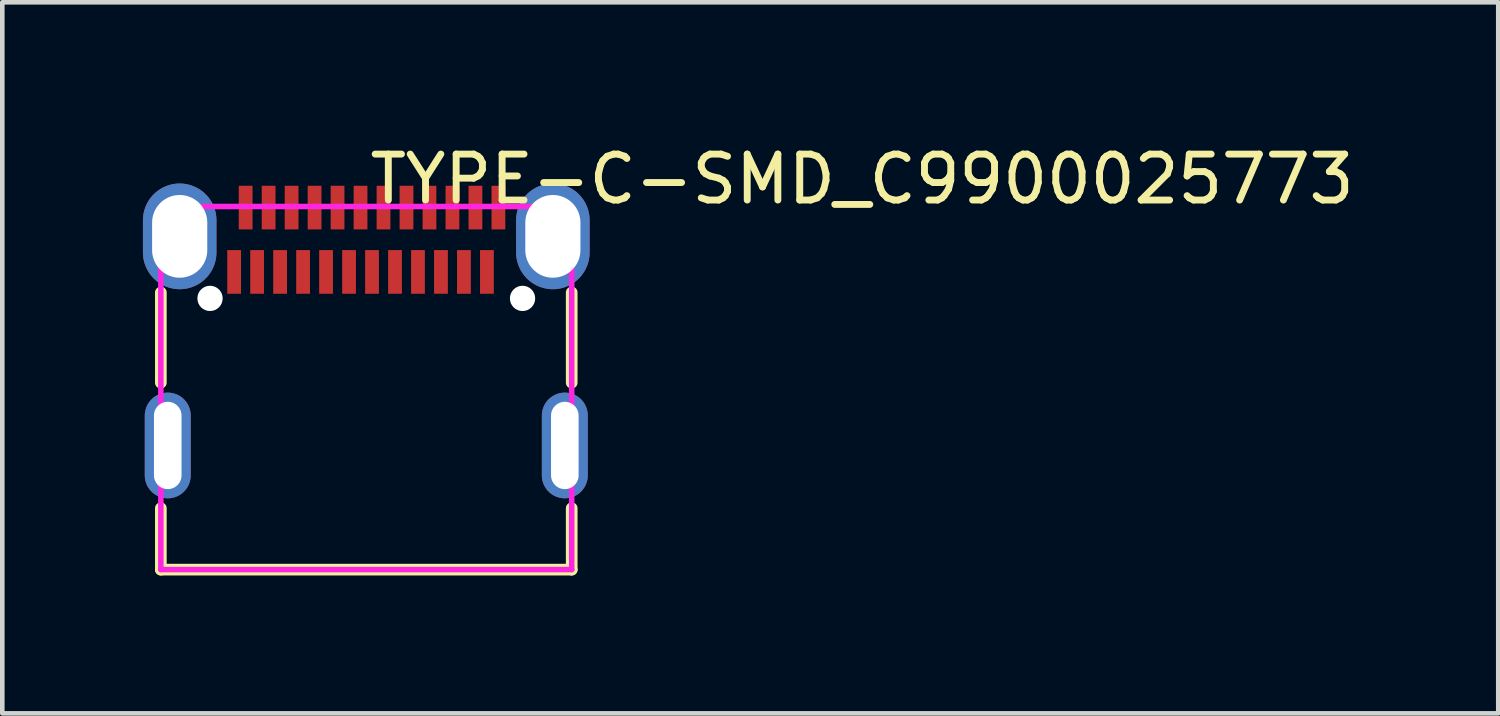
<source format=kicad_pcb>
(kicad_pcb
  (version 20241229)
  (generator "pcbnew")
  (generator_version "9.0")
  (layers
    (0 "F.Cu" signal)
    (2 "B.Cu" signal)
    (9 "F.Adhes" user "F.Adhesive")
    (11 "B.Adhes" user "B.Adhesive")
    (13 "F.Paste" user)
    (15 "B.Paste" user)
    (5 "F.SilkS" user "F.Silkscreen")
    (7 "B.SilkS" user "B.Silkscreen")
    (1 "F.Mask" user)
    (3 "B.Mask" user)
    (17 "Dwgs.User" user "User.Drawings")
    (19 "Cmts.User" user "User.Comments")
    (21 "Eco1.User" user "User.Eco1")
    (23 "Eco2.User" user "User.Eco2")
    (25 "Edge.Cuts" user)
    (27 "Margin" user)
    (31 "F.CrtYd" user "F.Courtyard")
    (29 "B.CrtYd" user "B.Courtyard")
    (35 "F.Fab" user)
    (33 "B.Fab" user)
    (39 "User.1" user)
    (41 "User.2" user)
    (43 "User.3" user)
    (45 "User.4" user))
  (footprint "TYPE-C-SMD_C9900025773"
    (layer "F.Cu")
    (at 4.92 4.055)
    (property "Reference" "TYPE-C-SMD_C9900025773" (at 0 -3.207 0) (layer "F.SilkS") (effects (font (size 1 1) (thickness 0.15)) (justify left)))
    (attr through_hole)
    (fp_line (start -4.47 -0.74) (end -4.47 1.222) (stroke (width 0.254) (type solid)) (layer "F.SilkS"))
    (fp_line (start -4.47 3.953) (end -4.47 5.29) (stroke (width 0.254) (type solid)) (layer "F.SilkS"))
    (fp_line (start -4.47 5.29) (end 4.47 5.29) (stroke (width 0.254) (type solid)) (layer "F.SilkS"))
    (fp_line (start 4.47 1.222) (end 4.47 -0.74) (stroke (width 0.254) (type solid)) (layer "F.SilkS"))
    (fp_line (start 4.47 5.29) (end 4.47 3.953) (stroke (width 0.254) (type solid)) (layer "F.SilkS"))
    (fp_poly (pts (xy -2.775 -3.063) (xy -2.775 -2.113) (xy -2.475 -2.113) (xy -2.475 -3.063)) (stroke (width 0.12) (type solid)) (fill yes) (layer "F.Paste"))
    (fp_poly (pts (xy -2.725 -0.713) (xy -2.725 -1.663) (xy -3.025 -1.663) (xy -3.025 -0.713)) (stroke (width 0.12) (type solid)) (fill yes) (layer "F.Paste"))
    (fp_poly (pts (xy -2.275 -3.063) (xy -2.275 -2.113) (xy -1.975 -2.113) (xy -1.975 -3.063)) (stroke (width 0.12) (type solid)) (fill yes) (layer "F.Paste"))
    (fp_poly (pts (xy -2.225 -0.713) (xy -2.225 -1.663) (xy -2.525 -1.663) (xy -2.525 -0.713)) (stroke (width 0.12) (type solid)) (fill yes) (layer "F.Paste"))
    (fp_poly (pts (xy -1.725 -0.713) (xy -1.725 -1.663) (xy -2.025 -1.663) (xy -2.025 -0.713)) (stroke (width 0.12) (type solid)) (fill yes) (layer "F.Paste"))
    (fp_poly (pts (xy -1.475 -2.113) (xy -1.475 -3.063) (xy -1.775 -3.063) (xy -1.775 -2.113)) (stroke (width 0.12) (type solid)) (fill yes) (layer "F.Paste"))
    (fp_poly (pts (xy -1.225 -0.713) (xy -1.225 -1.663) (xy -1.525 -1.663) (xy -1.525 -0.713)) (stroke (width 0.12) (type solid)) (fill yes) (layer "F.Paste"))
    (fp_poly (pts (xy -0.975 -2.113) (xy -0.975 -3.063) (xy -1.275 -3.063) (xy -1.275 -2.113)) (stroke (width 0.12) (type solid)) (fill yes) (layer "F.Paste"))
    (fp_poly (pts (xy -0.725 -0.713) (xy -0.725 -1.663) (xy -1.025 -1.663) (xy -1.025 -0.713)) (stroke (width 0.12) (type solid)) (fill yes) (layer "F.Paste"))
    (fp_poly (pts (xy -0.475 -2.113) (xy -0.475 -3.063) (xy -0.775 -3.063) (xy -0.775 -2.113)) (stroke (width 0.12) (type solid)) (fill yes) (layer "F.Paste"))
    (fp_poly (pts (xy -0.225 -0.713) (xy -0.225 -1.663) (xy -0.525 -1.663) (xy -0.525 -0.713)) (stroke (width 0.12) (type solid)) (fill yes) (layer "F.Paste"))
    (fp_poly (pts (xy 0.025 -2.113) (xy 0.025 -3.063) (xy -0.275 -3.063) (xy -0.275 -2.113)) (stroke (width 0.12) (type solid)) (fill yes) (layer "F.Paste"))
    (fp_poly (pts (xy 0.275 -0.713) (xy 0.275 -1.663) (xy -0.025 -1.663) (xy -0.025 -0.713)) (stroke (width 0.12) (type solid)) (fill yes) (layer "F.Paste"))
    (fp_poly (pts (xy 0.525 -2.113) (xy 0.525 -3.063) (xy 0.225 -3.063) (xy 0.225 -2.113)) (stroke (width 0.12) (type solid)) (fill yes) (layer "F.Paste"))
    (fp_poly (pts (xy 0.725 -3.063) (xy 0.725 -2.113) (xy 1.025 -2.113) (xy 1.025 -3.063)) (stroke (width 0.12) (type solid)) (fill yes) (layer "F.Paste"))
    (fp_poly (pts (xy 0.775 -0.713) (xy 0.775 -1.663) (xy 0.475 -1.663) (xy 0.475 -0.713)) (stroke (width 0.12) (type solid)) (fill yes) (layer "F.Paste"))
    (fp_poly (pts (xy 0.975 -1.663) (xy 0.975 -0.713) (xy 1.275 -0.713) (xy 1.275 -1.663)) (stroke (width 0.12) (type solid)) (fill yes) (layer "F.Paste"))
    (fp_poly (pts (xy 1.225 -3.063) (xy 1.225 -2.113) (xy 1.525 -2.113) (xy 1.525 -3.063)) (stroke (width 0.12) (type solid)) (fill yes) (layer "F.Paste"))
    (fp_poly (pts (xy 1.475 -1.663) (xy 1.475 -0.713) (xy 1.775 -0.713) (xy 1.775 -1.663)) (stroke (width 0.12) (type solid)) (fill yes) (layer "F.Paste"))
    (fp_poly (pts (xy 1.975 -1.663) (xy 1.975 -0.713) (xy 2.275 -0.713) (xy 2.275 -1.663)) (stroke (width 0.12) (type solid)) (fill yes) (layer "F.Paste"))
    (fp_poly (pts (xy 2.025 -2.113) (xy 2.025 -3.063) (xy 1.725 -3.063) (xy 1.725 -2.113)) (stroke (width 0.12) (type solid)) (fill yes) (layer "F.Paste"))
    (fp_poly (pts (xy 2.475 -1.663) (xy 2.475 -0.713) (xy 2.775 -0.713) (xy 2.775 -1.663)) (stroke (width 0.12) (type solid)) (fill yes) (layer "F.Paste"))
    (fp_poly (pts (xy 2.525 -2.113) (xy 2.525 -3.063) (xy 2.225 -3.063) (xy 2.225 -2.113)) (stroke (width 0.12) (type solid)) (fill yes) (layer "F.Paste"))
    (fp_poly (pts (xy 3.025 -2.113) (xy 3.025 -3.063) (xy 2.725 -3.063) (xy 2.725 -2.113)) (stroke (width 0.12) (type solid)) (fill yes) (layer "F.Paste"))
    (fp_poly (pts (xy -4.283 1.439) (xy -4.307 1.438) (xy -4.332 1.438) (xy -4.357 1.439) (xy -4.382 1.442) (xy -4.407 1.446) (xy -4.431 1.45) (xy -4.455 1.457) (xy -4.479 1.464) (xy -4.503 1.472) (xy -4.526 1.482) (xy -4.548 1.493) (xy -4.57 1.505) (xy -4.591 1.518) (xy -4.612 1.532) (xy -4.632 1.547) (xy -4.651 1.563) (xy -4.669 1.58) (xy -4.686 1.598) (xy -4.703 1.617) (xy -4.719 1.636) (xy -4.733 1.656) (xy -4.747 1.677) (xy -4.759 1.699) (xy -4.77 1.721) (xy -4.781 1.744) (xy -4.79 1.767) (xy -4.798 1.791) (xy -4.804 1.815) (xy -4.81 1.839) (xy -4.814 1.863) (xy -4.817 1.888) (xy -4.819 1.913) (xy -4.82 1.938) (xy -4.82 3.238) (xy -4.819 3.263) (xy -4.817 3.288) (xy -4.814 3.312) (xy -4.81 3.337) (xy -4.804 3.361) (xy -4.798 3.385) (xy -4.79 3.409) (xy -4.781 3.432) (xy -4.77 3.455) (xy -4.759 3.477) (xy -4.747 3.499) (xy -4.733 3.52) (xy -4.719 3.54) (xy -4.703 3.559) (xy -4.686 3.578) (xy -4.669 3.596) (xy -4.651 3.613) (xy -4.632 3.629) (xy -4.612 3.644) (xy -4.591 3.658) (xy -4.57 3.671) (xy -4.548 3.683) (xy -4.526 3.694) (xy -4.503 3.703) (xy -4.479 3.712) (xy -4.455 3.719) (xy -4.431 3.725) (xy -4.407 3.73) (xy -4.382 3.734) (xy -4.357 3.737) (xy -4.332 3.738) (xy -4.307 3.738) (xy -4.283 3.737) (xy -4.258 3.734) (xy -4.233 3.73) (xy -4.209 3.725) (xy -4.185 3.719) (xy -4.161 3.712) (xy -4.137 3.703) (xy -4.114 3.694) (xy -4.092 3.683) (xy -4.07 3.671) (xy -4.049 3.658) (xy -4.028 3.644) (xy -4.008 3.629) (xy -3.989 3.613) (xy -3.971 3.596) (xy -3.953 3.578) (xy -3.937 3.559) (xy -3.921 3.54) (xy -3.907 3.52) (xy -3.893 3.499) (xy -3.881 3.477) (xy -3.869 3.455) (xy -3.859 3.432) (xy -3.85 3.409) (xy -3.842 3.385) (xy -3.835 3.361) (xy -3.83 3.337) (xy -3.826 3.312) (xy -3.822 3.288) (xy -3.821 3.263) (xy -3.82 3.238) (xy -3.82 1.938) (xy -3.821 1.913) (xy -3.822 1.888) (xy -3.826 1.863) (xy -3.83 1.839) (xy -3.835 1.815) (xy -3.842 1.791) (xy -3.85 1.767) (xy -3.859 1.744) (xy -3.869 1.721) (xy -3.881 1.699) (xy -3.893 1.677) (xy -3.907 1.656) (xy -3.921 1.636) (xy -3.937 1.617) (xy -3.953 1.598) (xy -3.971 1.58) (xy -3.989 1.563) (xy -4.008 1.547) (xy -4.028 1.532) (xy -4.049 1.518) (xy -4.07 1.505) (xy -4.092 1.493) (xy -4.114 1.482) (xy -4.137 1.472) (xy -4.161 1.464) (xy -4.185 1.457) (xy -4.209 1.45) (xy -4.233 1.446) (xy -4.258 1.442)) (stroke (width 0.12) (type solid)) (fill yes) (layer "F.Paste"))
    (fp_poly (pts (xy -4 -3.11) (xy -4.04 -3.112) (xy -4.08 -3.112) (xy -4.12 -3.11) (xy -4.159 -3.106) (xy -4.199 -3.1) (xy -4.238 -3.092) (xy -4.277 -3.082) (xy -4.315 -3.07) (xy -4.352 -3.057) (xy -4.389 -3.041) (xy -4.425 -3.024) (xy -4.46 -3.005) (xy -4.494 -2.984) (xy -4.527 -2.962) (xy -4.559 -2.938) (xy -4.589 -2.912) (xy -4.619 -2.885) (xy -4.646 -2.856) (xy -4.673 -2.826) (xy -4.698 -2.795) (xy -4.721 -2.763) (xy -4.743 -2.729) (xy -4.762 -2.695) (xy -4.781 -2.659) (xy -4.797 -2.623) (xy -4.812 -2.586) (xy -4.824 -2.548) (xy -4.835 -2.51) (xy -4.844 -2.471) (xy -4.851 -2.431) (xy -4.856 -2.392) (xy -4.859 -2.352) (xy -4.86 -2.312) (xy -4.86 -1.612) (xy -4.859 -1.572) (xy -4.856 -1.532) (xy -4.851 -1.493) (xy -4.844 -1.454) (xy -4.835 -1.415) (xy -4.824 -1.376) (xy -4.812 -1.339) (xy -4.797 -1.301) (xy -4.781 -1.265) (xy -4.762 -1.23) (xy -4.743 -1.195) (xy -4.721 -1.161) (xy -4.698 -1.129) (xy -4.673 -1.098) (xy -4.646 -1.068) (xy -4.619 -1.039) (xy -4.589 -1.012) (xy -4.559 -0.987) (xy -4.527 -0.963) (xy -4.494 -0.94) (xy -4.46 -0.919) (xy -4.425 -0.9) (xy -4.389 -0.883) (xy -4.352 -0.867) (xy -4.315 -0.854) (xy -4.277 -0.842) (xy -4.238 -0.832) (xy -4.199 -0.824) (xy -4.159 -0.818) (xy -4.12 -0.814) (xy -4.08 -0.812) (xy -4.04 -0.812) (xy -4 -0.814) (xy -3.96 -0.818) (xy -3.921 -0.824) (xy -3.882 -0.832) (xy -3.843 -0.842) (xy -3.805 -0.854) (xy -3.768 -0.867) (xy -3.731 -0.883) (xy -3.695 -0.9) (xy -3.66 -0.919) (xy -3.626 -0.94) (xy -3.593 -0.963) (xy -3.561 -0.987) (xy -3.531 -1.012) (xy -3.501 -1.039) (xy -3.474 -1.068) (xy -3.447 -1.098) (xy -3.422 -1.129) (xy -3.399 -1.161) (xy -3.377 -1.195) (xy -3.357 -1.23) (xy -3.339 -1.265) (xy -3.323 -1.301) (xy -3.308 -1.339) (xy -3.295 -1.376) (xy -3.285 -1.415) (xy -3.276 -1.454) (xy -3.269 -1.493) (xy -3.264 -1.532) (xy -3.261 -1.572) (xy -3.26 -1.612) (xy -3.26 -2.312) (xy -3.261 -2.352) (xy -3.264 -2.392) (xy -3.269 -2.431) (xy -3.276 -2.471) (xy -3.285 -2.51) (xy -3.295 -2.548) (xy -3.308 -2.586) (xy -3.323 -2.623) (xy -3.339 -2.659) (xy -3.357 -2.695) (xy -3.377 -2.729) (xy -3.399 -2.763) (xy -3.422 -2.795) (xy -3.447 -2.826) (xy -3.474 -2.856) (xy -3.501 -2.885) (xy -3.531 -2.912) (xy -3.561 -2.938) (xy -3.593 -2.962) (xy -3.626 -2.984) (xy -3.66 -3.005) (xy -3.695 -3.024) (xy -3.731 -3.041) (xy -3.768 -3.057) (xy -3.805 -3.07) (xy -3.843 -3.082) (xy -3.882 -3.092) (xy -3.921 -3.1) (xy -3.96 -3.106)) (stroke (width 0.12) (type solid)) (fill yes) (layer "F.Paste"))
    (fp_poly (pts (xy 4.12 -3.11) (xy 4.08 -3.112) (xy 4.04 -3.112) (xy 4 -3.11) (xy 3.961 -3.106) (xy 3.921 -3.1) (xy 3.882 -3.092) (xy 3.844 -3.082) (xy 3.805 -3.07) (xy 3.768 -3.057) (xy 3.731 -3.041) (xy 3.695 -3.024) (xy 3.66 -3.005) (xy 3.626 -2.984) (xy 3.593 -2.962) (xy 3.561 -2.938) (xy 3.531 -2.912) (xy 3.502 -2.885) (xy 3.474 -2.856) (xy 3.447 -2.826) (xy 3.422 -2.795) (xy 3.399 -2.763) (xy 3.378 -2.729) (xy 3.358 -2.695) (xy 3.339 -2.659) (xy 3.323 -2.623) (xy 3.308 -2.586) (xy 3.296 -2.548) (xy 3.285 -2.51) (xy 3.276 -2.471) (xy 3.269 -2.431) (xy 3.264 -2.392) (xy 3.261 -2.352) (xy 3.26 -2.312) (xy 3.26 -1.612) (xy 3.261 -1.572) (xy 3.264 -1.532) (xy 3.269 -1.493) (xy 3.276 -1.454) (xy 3.285 -1.415) (xy 3.296 -1.376) (xy 3.308 -1.339) (xy 3.323 -1.301) (xy 3.339 -1.265) (xy 3.358 -1.23) (xy 3.378 -1.195) (xy 3.399 -1.161) (xy 3.422 -1.129) (xy 3.447 -1.098) (xy 3.474 -1.068) (xy 3.502 -1.039) (xy 3.531 -1.012) (xy 3.561 -0.987) (xy 3.593 -0.963) (xy 3.626 -0.94) (xy 3.66 -0.919) (xy 3.695 -0.9) (xy 3.731 -0.883) (xy 3.768 -0.867) (xy 3.805 -0.854) (xy 3.844 -0.842) (xy 3.882 -0.832) (xy 3.921 -0.824) (xy 3.961 -0.818) (xy 4 -0.814) (xy 4.04 -0.812) (xy 4.08 -0.812) (xy 4.12 -0.814) (xy 4.16 -0.818) (xy 4.199 -0.824) (xy 4.238 -0.832) (xy 4.277 -0.842) (xy 4.315 -0.854) (xy 4.352 -0.867) (xy 4.389 -0.883) (xy 4.425 -0.9) (xy 4.46 -0.919) (xy 4.494 -0.94) (xy 4.527 -0.963) (xy 4.559 -0.987) (xy 4.59 -1.012) (xy 4.619 -1.039) (xy 4.647 -1.068) (xy 4.673 -1.098) (xy 4.698 -1.129) (xy 4.721 -1.161) (xy 4.743 -1.195) (xy 4.763 -1.23) (xy 4.781 -1.265) (xy 4.797 -1.301) (xy 4.812 -1.339) (xy 4.825 -1.376) (xy 4.835 -1.415) (xy 4.844 -1.454) (xy 4.851 -1.493) (xy 4.856 -1.532) (xy 4.859 -1.572) (xy 4.86 -1.612) (xy 4.86 -2.312) (xy 4.859 -2.352) (xy 4.856 -2.392) (xy 4.851 -2.431) (xy 4.844 -2.471) (xy 4.835 -2.51) (xy 4.825 -2.548) (xy 4.812 -2.586) (xy 4.797 -2.623) (xy 4.781 -2.659) (xy 4.763 -2.695) (xy 4.743 -2.729) (xy 4.721 -2.763) (xy 4.698 -2.795) (xy 4.673 -2.826) (xy 4.647 -2.856) (xy 4.619 -2.885) (xy 4.59 -2.912) (xy 4.559 -2.938) (xy 4.527 -2.962) (xy 4.494 -2.984) (xy 4.46 -3.005) (xy 4.425 -3.024) (xy 4.389 -3.041) (xy 4.352 -3.057) (xy 4.315 -3.07) (xy 4.277 -3.082) (xy 4.238 -3.092) (xy 4.199 -3.1) (xy 4.16 -3.106)) (stroke (width 0.12) (type solid)) (fill yes) (layer "F.Paste"))
    (fp_poly (pts (xy 4.308 1.438) (xy 4.283 1.439) (xy 4.258 1.442) (xy 4.233 1.446) (xy 4.209 1.45) (xy 4.185 1.457) (xy 4.161 1.464) (xy 4.137 1.472) (xy 4.114 1.482) (xy 4.092 1.493) (xy 4.07 1.505) (xy 4.049 1.518) (xy 4.028 1.532) (xy 4.008 1.547) (xy 3.989 1.563) (xy 3.971 1.58) (xy 3.953 1.598) (xy 3.937 1.617) (xy 3.921 1.636) (xy 3.907 1.656) (xy 3.893 1.677) (xy 3.881 1.699) (xy 3.87 1.721) (xy 3.859 1.744) (xy 3.85 1.767) (xy 3.842 1.791) (xy 3.835 1.815) (xy 3.83 1.839) (xy 3.826 1.863) (xy 3.822 1.888) (xy 3.821 1.913) (xy 3.82 1.938) (xy 3.82 3.238) (xy 3.821 3.263) (xy 3.822 3.288) (xy 3.826 3.312) (xy 3.83 3.337) (xy 3.835 3.361) (xy 3.842 3.385) (xy 3.85 3.409) (xy 3.859 3.432) (xy 3.87 3.455) (xy 3.881 3.477) (xy 3.893 3.499) (xy 3.907 3.52) (xy 3.921 3.54) (xy 3.937 3.559) (xy 3.953 3.578) (xy 3.971 3.596) (xy 3.989 3.613) (xy 4.008 3.629) (xy 4.028 3.644) (xy 4.049 3.658) (xy 4.07 3.671) (xy 4.092 3.683) (xy 4.114 3.694) (xy 4.137 3.703) (xy 4.161 3.712) (xy 4.185 3.719) (xy 4.209 3.725) (xy 4.233 3.73) (xy 4.258 3.734) (xy 4.283 3.737) (xy 4.308 3.738) (xy 4.332 3.738) (xy 4.357 3.737) (xy 4.382 3.734) (xy 4.407 3.73) (xy 4.431 3.725) (xy 4.455 3.719) (xy 4.479 3.712) (xy 4.503 3.703) (xy 4.526 3.694) (xy 4.548 3.683) (xy 4.57 3.671) (xy 4.591 3.658) (xy 4.612 3.644) (xy 4.632 3.629) (xy 4.651 3.613) (xy 4.669 3.596) (xy 4.687 3.578) (xy 4.703 3.559) (xy 4.719 3.54) (xy 4.733 3.52) (xy 4.747 3.499) (xy 4.759 3.477) (xy 4.771 3.455) (xy 4.781 3.432) (xy 4.79 3.409) (xy 4.798 3.385) (xy 4.805 3.361) (xy 4.81 3.337) (xy 4.814 3.312) (xy 4.818 3.288) (xy 4.819 3.263) (xy 4.82 3.238) (xy 4.82 1.938) (xy 4.819 1.913) (xy 4.818 1.888) (xy 4.814 1.863) (xy 4.81 1.839) (xy 4.805 1.815) (xy 4.798 1.791) (xy 4.79 1.767) (xy 4.781 1.744) (xy 4.771 1.721) (xy 4.759 1.699) (xy 4.747 1.677) (xy 4.733 1.656) (xy 4.719 1.636) (xy 4.703 1.617) (xy 4.687 1.598) (xy 4.669 1.58) (xy 4.651 1.563) (xy 4.632 1.547) (xy 4.612 1.532) (xy 4.591 1.518) (xy 4.57 1.505) (xy 4.548 1.493) (xy 4.526 1.482) (xy 4.503 1.472) (xy 4.479 1.464) (xy 4.455 1.457) (xy 4.431 1.45) (xy 4.407 1.446) (xy 4.382 1.442) (xy 4.357 1.439) (xy 4.332 1.438)) (stroke (width 0.12) (type solid)) (fill yes) (layer "F.Paste"))
    (fp_circle (center -3.4 -0.612) (end -3.285 -0.612) (stroke (width 0.23) (type solid)) (fill no) (layer "Dwgs.User"))
    (fp_circle (center 3.4 -0.612) (end 3.515 -0.612) (stroke (width 0.23) (type solid)) (fill no) (layer "Dwgs.User"))
    (fp_circle (center -4.47 -2.938) (end -4.44 -2.938) (stroke (width 0.06) (type solid)) (fill no) (layer "Eco2.User"))
    (fp_poly (pts (xy -4.47 1.838) (xy -4.17 1.838) (xy -4.17 3.338) (xy -4.47 3.338)) (stroke (width 0.12) (type solid)) (fill no) (layer "Eco2.User"))
    (fp_poly (pts (xy -2.985 -1.538) (xy -2.765 -1.538) (xy -2.765 -0.838) (xy -2.985 -0.838)) (stroke (width 0.12) (type solid)) (fill no) (layer "Eco2.User"))
    (fp_poly (pts (xy -2.735 -2.938) (xy -2.515 -2.938) (xy -2.515 -2.238) (xy -2.735 -2.238)) (stroke (width 0.12) (type solid)) (fill no) (layer "Eco2.User"))
    (fp_poly (pts (xy -2.485 -1.538) (xy -2.265 -1.538) (xy -2.265 -0.838) (xy -2.485 -0.838)) (stroke (width 0.12) (type solid)) (fill no) (layer "Eco2.User"))
    (fp_poly (pts (xy -2.235 -2.938) (xy -2.015 -2.938) (xy -2.015 -2.238) (xy -2.235 -2.238)) (stroke (width 0.12) (type solid)) (fill no) (layer "Eco2.User"))
    (fp_poly (pts (xy -1.985 -1.538) (xy -1.765 -1.538) (xy -1.765 -0.838) (xy -1.985 -0.838)) (stroke (width 0.12) (type solid)) (fill no) (layer "Eco2.User"))
    (fp_poly (pts (xy -1.735 -2.938) (xy -1.515 -2.938) (xy -1.515 -2.238) (xy -1.735 -2.238)) (stroke (width 0.12) (type solid)) (fill no) (layer "Eco2.User"))
    (fp_poly (pts (xy -1.485 -1.538) (xy -1.265 -1.538) (xy -1.265 -0.838) (xy -1.485 -0.838)) (stroke (width 0.12) (type solid)) (fill no) (layer "Eco2.User"))
    (fp_poly (pts (xy -1.235 -2.938) (xy -1.015 -2.938) (xy -1.015 -2.238) (xy -1.235 -2.238)) (stroke (width 0.12) (type solid)) (fill no) (layer "Eco2.User"))
    (fp_poly (pts (xy -0.985 -1.538) (xy -0.765 -1.538) (xy -0.765 -0.838) (xy -0.985 -0.838)) (stroke (width 0.12) (type solid)) (fill no) (layer "Eco2.User"))
    (fp_poly (pts (xy -0.735 -2.938) (xy -0.515 -2.938) (xy -0.515 -2.238) (xy -0.735 -2.238)) (stroke (width 0.12) (type solid)) (fill no) (layer "Eco2.User"))
    (fp_poly (pts (xy -0.485 -1.538) (xy -0.265 -1.538) (xy -0.265 -0.838) (xy -0.485 -0.838)) (stroke (width 0.12) (type solid)) (fill no) (layer "Eco2.User"))
    (fp_poly (pts (xy -0.235 -2.938) (xy -0.015 -2.938) (xy -0.015 -2.238) (xy -0.235 -2.238)) (stroke (width 0.12) (type solid)) (fill no) (layer "Eco2.User"))
    (fp_poly (pts (xy 0.015 -1.538) (xy 0.235 -1.538) (xy 0.235 -0.838) (xy 0.015 -0.838)) (stroke (width 0.12) (type solid)) (fill no) (layer "Eco2.User"))
    (fp_poly (pts (xy 0.265 -2.938) (xy 0.485 -2.938) (xy 0.485 -2.238) (xy 0.265 -2.238)) (stroke (width 0.12) (type solid)) (fill no) (layer "Eco2.User"))
    (fp_poly (pts (xy 0.515 -1.538) (xy 0.735 -1.538) (xy 0.735 -0.838) (xy 0.515 -0.838)) (stroke (width 0.12) (type solid)) (fill no) (layer "Eco2.User"))
    (fp_poly (pts (xy 0.765 -2.938) (xy 0.985 -2.938) (xy 0.985 -2.238) (xy 0.765 -2.238)) (stroke (width 0.12) (type solid)) (fill no) (layer "Eco2.User"))
    (fp_poly (pts (xy 1.015 -1.538) (xy 1.235 -1.538) (xy 1.235 -0.838) (xy 1.015 -0.838)) (stroke (width 0.12) (type solid)) (fill no) (layer "Eco2.User"))
    (fp_poly (pts (xy 1.265 -2.938) (xy 1.485 -2.938) (xy 1.485 -2.238) (xy 1.265 -2.238)) (stroke (width 0.12) (type solid)) (fill no) (layer "Eco2.User"))
    (fp_poly (pts (xy 1.515 -1.538) (xy 1.735 -1.538) (xy 1.735 -0.838) (xy 1.515 -0.838)) (stroke (width 0.12) (type solid)) (fill no) (layer "Eco2.User"))
    (fp_poly (pts (xy 1.765 -2.938) (xy 1.985 -2.938) (xy 1.985 -2.238) (xy 1.765 -2.238)) (stroke (width 0.12) (type solid)) (fill no) (layer "Eco2.User"))
    (fp_poly (pts (xy 2.015 -1.538) (xy 2.235 -1.538) (xy 2.235 -0.838) (xy 2.015 -0.838)) (stroke (width 0.12) (type solid)) (fill no) (layer "Eco2.User"))
    (fp_poly (pts (xy 2.265 -2.938) (xy 2.485 -2.938) (xy 2.485 -2.238) (xy 2.265 -2.238)) (stroke (width 0.12) (type solid)) (fill no) (layer "Eco2.User"))
    (fp_poly (pts (xy 2.515 -1.538) (xy 2.735 -1.538) (xy 2.735 -0.838) (xy 2.515 -0.838)) (stroke (width 0.12) (type solid)) (fill no) (layer "Eco2.User"))
    (fp_poly (pts (xy 2.765 -2.938) (xy 2.985 -2.938) (xy 2.985 -2.238) (xy 2.765 -2.238)) (stroke (width 0.12) (type solid)) (fill no) (layer "Eco2.User"))
    (fp_poly (pts (xy 4.17 1.838) (xy 4.47 1.838) (xy 4.47 3.338) (xy 4.17 3.338)) (stroke (width 0.12) (type solid)) (fill no) (layer "Eco2.User"))
    (fp_poly (pts (xy -4.17 -1.6) (xy -4.17 -2.612) (xy -4.47 -2.612) (xy -4.47 -1.312) (xy -4.2 -1.312) (xy -4.2 -1.31) (xy -3.87 -1.31) (xy -3.87 -1.6)) (stroke (width 0.12) (type solid)) (fill no) (layer "Eco2.User"))
    (fp_poly (pts (xy 4.47 -1.312) (xy 4.47 -2.612) (xy 4.17 -2.612) (xy 4.17 -1.6) (xy 3.87 -1.6) (xy 3.87 -1.31) (xy 4.28 -1.31) (xy 4.28 -1.312)) (stroke (width 0.12) (type solid)) (fill no) (layer "Eco2.User"))
    (fp_line (start -4.47 -2.612) (end 4.47 -2.612) (stroke (width 0.12) (type solid)) (layer "F.CrtYd"))
    (fp_line (start -4.47 5.288) (end -4.47 -2.612) (stroke (width 0.12) (type solid)) (layer "F.CrtYd"))
    (fp_line (start 4.47 -2.612) (end 4.47 5.288) (stroke (width 0.12) (type solid)) (layer "F.CrtYd"))
    (fp_line (start 4.47 5.288) (end -4.47 5.288) (stroke (width 0.12) (type solid)) (layer "F.CrtYd"))
    (pad "" np_thru_hole circle (at -3.4 -0.612) (size 0.55 0.55) (drill 0.55) (layers "*.Cu" "*.Mask"))
    (pad "" np_thru_hole circle (at 3.4 -0.612) (size 0.55 0.55) (drill 0.55) (layers "*.Cu" "*.Mask"))
    (pad "15" thru_hole oval (at -4.32 2.588) (size 1 2.3) (drill oval 0.6 1.9) (layers "*.Cu" "*.Mask"))
    (pad "16" thru_hole oval (at 4.32 2.588) (size 1 2.3) (drill oval 0.6 1.9) (layers "*.Cu" "*.Mask"))
    (pad "17" thru_hole oval (at 4.06 -1.962) (size 1.6 2.3) (drill oval 1.2 1.8) (layers "*.Cu" "*.Mask"))
    (pad "18" thru_hole oval (at -4.06 -1.962) (size 1.6 2.3) (drill oval 1.2 1.8) (layers "*.Cu" "*.Mask"))
    (pad "A1" smd rect (at -2.625 -2.588) (size 0.3 0.95) (layers "F.Cu" "F.Mask" "F.Paste"))
    (pad "A2" smd rect (at -2.125 -2.588) (size 0.3 0.95) (layers "F.Cu" "F.Mask" "F.Paste"))
    (pad "A3" smd rect (at -1.625 -2.588) (size 0.3 0.95) (layers "F.Cu" "F.Mask" "F.Paste"))
    (pad "A4" smd rect (at -1.125 -2.588) (size 0.3 0.95) (layers "F.Cu" "F.Mask" "F.Paste"))
    (pad "A5" smd rect (at -0.625 -2.588) (size 0.3 0.95) (layers "F.Cu" "F.Mask" "F.Paste"))
    (pad "A6" smd rect (at -0.125 -2.588) (size 0.3 0.95) (layers "F.Cu" "F.Mask" "F.Paste"))
    (pad "A7" smd rect (at 0.375 -2.588) (size 0.3 0.95) (layers "F.Cu" "F.Mask" "F.Paste"))
    (pad "A8" smd rect (at 0.875 -2.588) (size 0.3 0.95) (layers "F.Cu" "F.Mask" "F.Paste"))
    (pad "A9" smd rect (at 1.375 -2.588) (size 0.3 0.95) (layers "F.Cu" "F.Mask" "F.Paste"))
    (pad "A10" smd rect (at 1.875 -2.588) (size 0.3 0.95) (layers "F.Cu" "F.Mask" "F.Paste"))
    (pad "A11" smd rect (at 2.375 -2.588) (size 0.3 0.95) (layers "F.Cu" "F.Mask" "F.Paste"))
    (pad "A12" smd rect (at 2.875 -2.588) (size 0.3 0.95) (layers "F.Cu" "F.Mask" "F.Paste"))
    (pad "B1" smd rect (at 2.625 -1.188) (size 0.3 0.95) (layers "F.Cu" "F.Mask" "F.Paste"))
    (pad "B2" smd rect (at 2.125 -1.188) (size 0.3 0.95) (layers "F.Cu" "F.Mask" "F.Paste"))
    (pad "B3" smd rect (at 1.625 -1.188) (size 0.3 0.95) (layers "F.Cu" "F.Mask" "F.Paste"))
    (pad "B4" smd rect (at 1.125 -1.188) (size 0.3 0.95) (layers "F.Cu" "F.Mask" "F.Paste"))
    (pad "B5" smd rect (at 0.625 -1.188) (size 0.3 0.95) (layers "F.Cu" "F.Mask" "F.Paste"))
    (pad "B6" smd rect (at 0.125 -1.188) (size 0.3 0.95) (layers "F.Cu" "F.Mask" "F.Paste"))
    (pad "B7" smd rect (at -0.375 -1.188) (size 0.3 0.95) (layers "F.Cu" "F.Mask" "F.Paste"))
    (pad "B8" smd rect (at -0.875 -1.188) (size 0.3 0.95) (layers "F.Cu" "F.Mask" "F.Paste"))
    (pad "B9" smd rect (at -1.375 -1.188) (size 0.3 0.95) (layers "F.Cu" "F.Mask" "F.Paste"))
    (pad "B10" smd rect (at -1.875 -1.188) (size 0.3 0.95) (layers "F.Cu" "F.Mask" "F.Paste"))
    (pad "B11" smd rect (at -2.375 -1.188) (size 0.3 0.95) (layers "F.Cu" "F.Mask" "F.Paste"))
    (pad "B12" smd rect (at -2.875 -1.188) (size 0.3 0.95) (layers "F.Cu" "F.Mask" "F.Paste")))
  (gr_rect
    (start -3 -3)
    (end 29.551 12.472)
    (stroke (width 0.1) (type default))
    (fill no)
    (layer "Edge.Cuts")))
</source>
